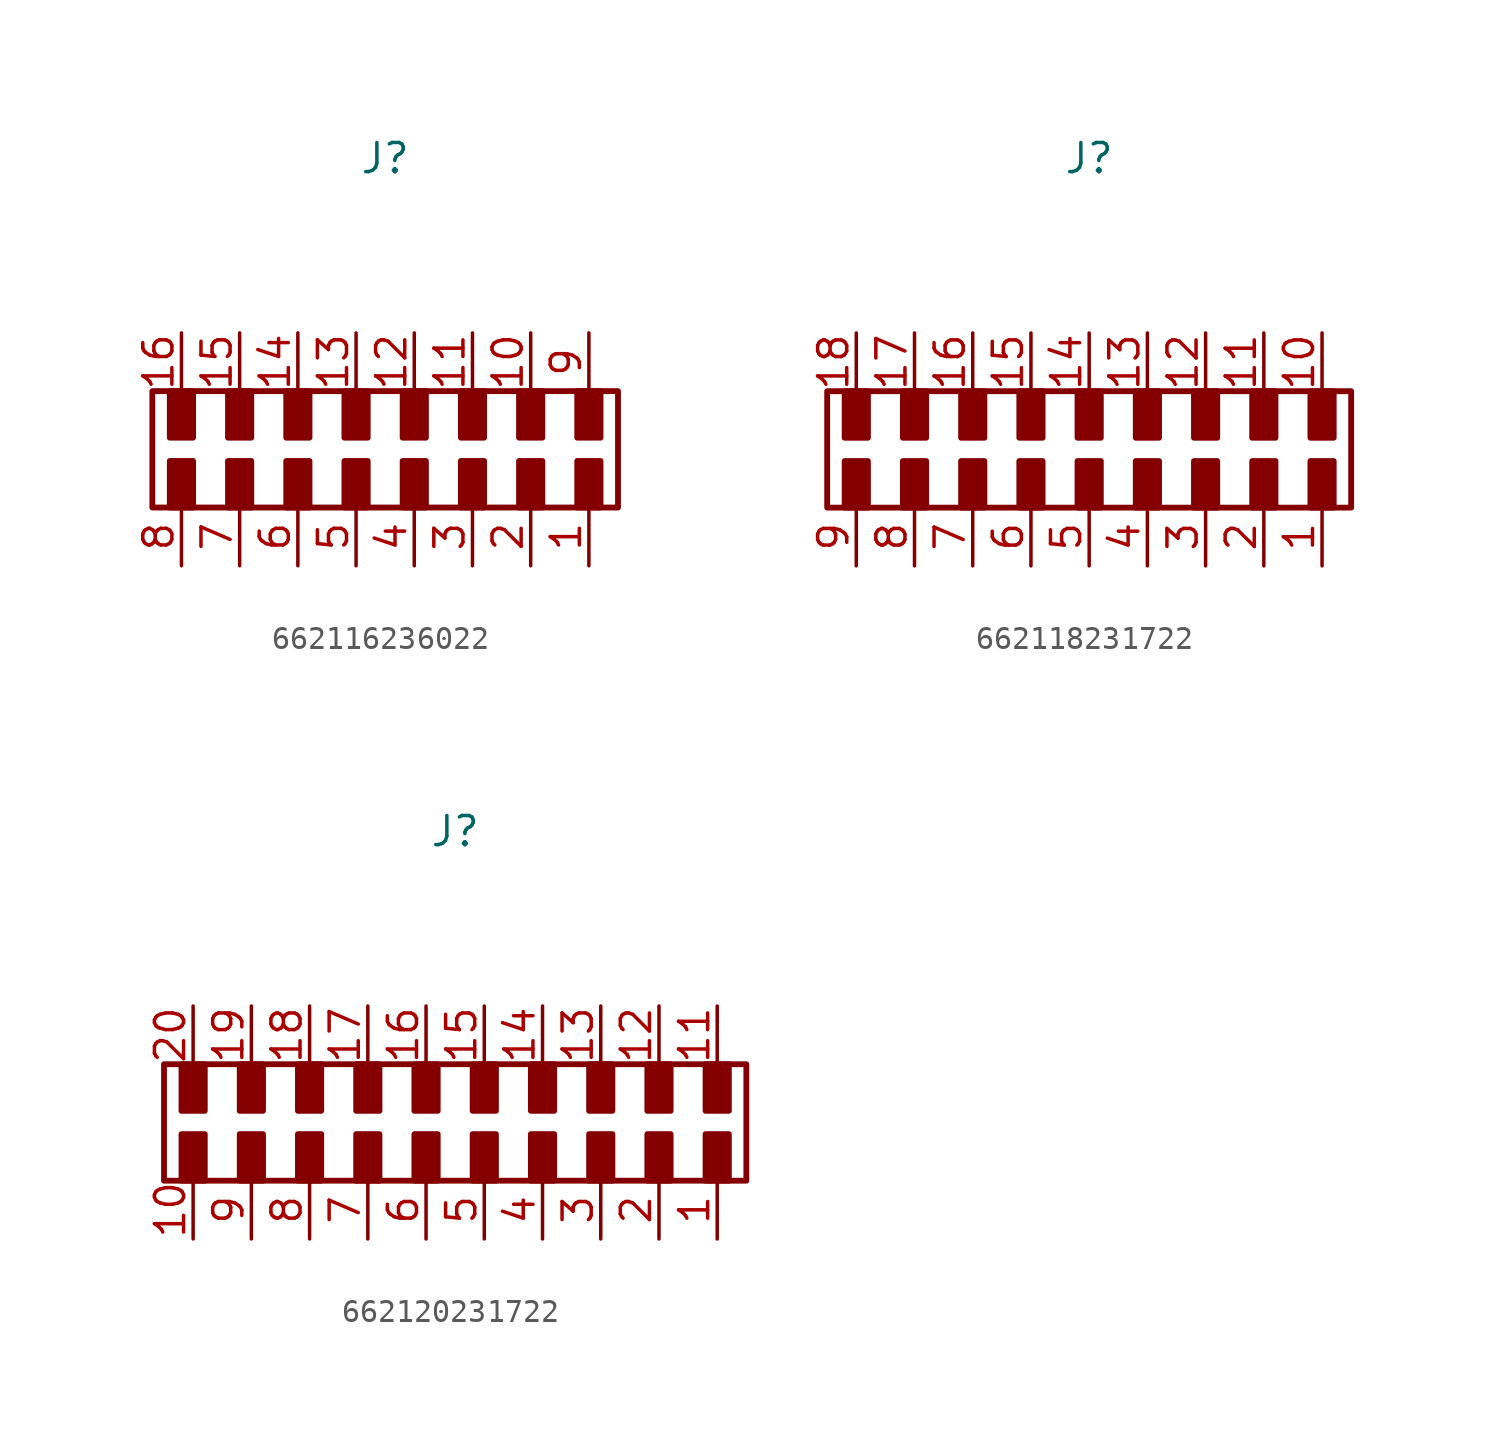
<source format=kicad_sym>
(kicad_symbol_lib
  (version 20241209)
  (generator "kicad_symbol_editor")
  (generator_version "9.0")
  (symbol "662116236022"
    (pin_names
      (hide yes))
    (property "Reference" "J"
      (at 0 12.7 0)
      (effects (font (size 1.27 1.27))))
    (symbol "662116236022_1_1"
      (rectangle (start -10.16 2.54) (end 10.16 -2.54) (stroke (width 0.254) (type solid)) (fill (type none)))
      (rectangle (start -9.398 2.54) (end -8.382 0.508) (stroke (width 0.254) (type solid)) (fill (type outline)))
      (rectangle (start -9.398 -0.508) (end -8.382 -2.54) (stroke (width 0.254) (type solid)) (fill (type outline)))
      (rectangle (start -6.858 2.54) (end -5.842 0.508) (stroke (width 0.254) (type solid)) (fill (type outline)))
      (rectangle (start -6.858 -0.508) (end -5.842 -2.54) (stroke (width 0.254) (type solid)) (fill (type outline)))
      (rectangle (start -4.318 2.54) (end -3.302 0.508) (stroke (width 0.254) (type solid)) (fill (type outline)))
      (rectangle (start -4.318 -0.508) (end -3.302 -2.54) (stroke (width 0.254) (type solid)) (fill (type outline)))
      (rectangle (start -1.778 2.54) (end -0.762 0.508) (stroke (width 0.254) (type solid)) (fill (type outline)))
      (rectangle (start -1.778 -0.508) (end -0.762 -2.54) (stroke (width 0.254) (type solid)) (fill (type outline)))
      (rectangle (start 0.762 2.54) (end 1.778 0.508) (stroke (width 0.254) (type solid)) (fill (type outline)))
      (rectangle (start 0.762 -0.508) (end 1.778 -2.54) (stroke (width 0.254) (type solid)) (fill (type outline)))
      (rectangle (start 3.302 2.54) (end 4.318 0.508) (stroke (width 0.254) (type solid)) (fill (type outline)))
      (rectangle (start 3.302 -0.508) (end 4.318 -2.54) (stroke (width 0.254) (type solid)) (fill (type outline)))
      (rectangle (start 5.842 2.54) (end 6.858 0.508) (stroke (width 0.254) (type solid)) (fill (type outline)))
      (rectangle (start 5.842 -0.508) (end 6.858 -2.54) (stroke (width 0.254) (type solid)) (fill (type outline)))
      (rectangle (start 8.382 2.54) (end 9.398 0.508) (stroke (width 0.254) (type solid)) (fill (type outline)))
      (rectangle (start 8.382 -0.508) (end 9.398 -2.54) (stroke (width 0.254) (type solid)) (fill (type outline)))
      (pin passive line (at -8.89 5.08 270) (length 2.54) (name "16" (effects (font (size 1.27 1.27)))) (number "16" (effects (font (size 1.27 1.27)))))
      (pin passive line (at -8.89 -5.08 90) (length 2.54) (name "8" (effects (font (size 1.27 1.27)))) (number "8" (effects (font (size 1.27 1.27)))))
      (pin passive line (at -6.35 5.08 270) (length 2.54) (name "15" (effects (font (size 1.27 1.27)))) (number "15" (effects (font (size 1.27 1.27)))))
      (pin passive line (at -6.35 -5.08 90) (length 2.54) (name "7" (effects (font (size 1.27 1.27)))) (number "7" (effects (font (size 1.27 1.27)))))
      (pin passive line (at -3.81 5.08 270) (length 2.54) (name "14" (effects (font (size 1.27 1.27)))) (number "14" (effects (font (size 1.27 1.27)))))
      (pin passive line (at -3.81 -5.08 90) (length 2.54) (name "6" (effects (font (size 1.27 1.27)))) (number "6" (effects (font (size 1.27 1.27)))))
      (pin passive line (at -1.27 5.08 270) (length 2.54) (name "13" (effects (font (size 1.27 1.27)))) (number "13" (effects (font (size 1.27 1.27)))))
      (pin passive line (at -1.27 -5.08 90) (length 2.54) (name "5" (effects (font (size 1.27 1.27)))) (number "5" (effects (font (size 1.27 1.27)))))
      (pin passive line (at 1.27 5.08 270) (length 2.54) (name "12" (effects (font (size 1.27 1.27)))) (number "12" (effects (font (size 1.27 1.27)))))
      (pin passive line (at 1.27 -5.08 90) (length 2.54) (name "4" (effects (font (size 1.27 1.27)))) (number "4" (effects (font (size 1.27 1.27)))))
      (pin passive line (at 3.81 5.08 270) (length 2.54) (name "11" (effects (font (size 1.27 1.27)))) (number "11" (effects (font (size 1.27 1.27)))))
      (pin passive line (at 3.81 -5.08 90) (length 2.54) (name "3" (effects (font (size 1.27 1.27)))) (number "3" (effects (font (size 1.27 1.27)))))
      (pin passive line (at 6.35 5.08 270) (length 2.54) (name "10" (effects (font (size 1.27 1.27)))) (number "10" (effects (font (size 1.27 1.27)))))
      (pin passive line (at 6.35 -5.08 90) (length 2.54) (name "2" (effects (font (size 1.27 1.27)))) (number "2" (effects (font (size 1.27 1.27)))))
      (pin passive line (at 8.89 5.08 270) (length 2.54) (name "9" (effects (font (size 1.27 1.27)))) (number "9" (effects (font (size 1.27 1.27)))))
      (pin passive line (at 8.89 -5.08 90) (length 2.54) (name "1" (effects (font (size 1.27 1.27)))) (number "1" (effects (font (size 1.27 1.27)))))))
  (symbol "662118231722"
    (pin_names
      (hide yes))
    (property "Reference" "J"
      (at 0 12.7 0)
      (effects (font (size 1.27 1.27))))
    (symbol "662118231722_1_1"
      (rectangle (start -11.43 2.54) (end 11.43 -2.54) (stroke (width 0.254) (type solid)) (fill (type none)))
      (rectangle (start -10.668 2.54) (end -9.652 0.508) (stroke (width 0.254) (type solid)) (fill (type outline)))
      (rectangle (start -10.668 -0.508) (end -9.652 -2.54) (stroke (width 0.254) (type solid)) (fill (type outline)))
      (rectangle (start -8.128 2.54) (end -7.112 0.508) (stroke (width 0.254) (type solid)) (fill (type outline)))
      (rectangle (start -8.128 -0.508) (end -7.112 -2.54) (stroke (width 0.254) (type solid)) (fill (type outline)))
      (rectangle (start -5.588 2.54) (end -4.572 0.508) (stroke (width 0.254) (type solid)) (fill (type outline)))
      (rectangle (start -5.588 -0.508) (end -4.572 -2.54) (stroke (width 0.254) (type solid)) (fill (type outline)))
      (rectangle (start -3.048 2.54) (end -2.032 0.508) (stroke (width 0.254) (type solid)) (fill (type outline)))
      (rectangle (start -3.048 -0.508) (end -2.032 -2.54) (stroke (width 0.254) (type solid)) (fill (type outline)))
      (rectangle (start -0.508 2.54) (end 0.508 0.508) (stroke (width 0.254) (type solid)) (fill (type outline)))
      (rectangle (start -0.508 -0.508) (end 0.508 -2.54) (stroke (width 0.254) (type solid)) (fill (type outline)))
      (rectangle (start 2.032 2.54) (end 3.048 0.508) (stroke (width 0.254) (type solid)) (fill (type outline)))
      (rectangle (start 2.032 -0.508) (end 3.048 -2.54) (stroke (width 0.254) (type solid)) (fill (type outline)))
      (rectangle (start 4.572 2.54) (end 5.588 0.508) (stroke (width 0.254) (type solid)) (fill (type outline)))
      (rectangle (start 4.572 -0.508) (end 5.588 -2.54) (stroke (width 0.254) (type solid)) (fill (type outline)))
      (rectangle (start 7.112 2.54) (end 8.128 0.508) (stroke (width 0.254) (type solid)) (fill (type outline)))
      (rectangle (start 7.112 -0.508) (end 8.128 -2.54) (stroke (width 0.254) (type solid)) (fill (type outline)))
      (rectangle (start 9.652 2.54) (end 10.668 0.508) (stroke (width 0.254) (type solid)) (fill (type outline)))
      (rectangle (start 9.652 -0.508) (end 10.668 -2.54) (stroke (width 0.254) (type solid)) (fill (type outline)))
      (pin passive line (at -10.16 5.08 270) (length 2.54) (name "18" (effects (font (size 1.27 1.27)))) (number "18" (effects (font (size 1.27 1.27)))))
      (pin passive line (at -10.16 -5.08 90) (length 2.54) (name "9" (effects (font (size 1.27 1.27)))) (number "9" (effects (font (size 1.27 1.27)))))
      (pin passive line (at -7.62 5.08 270) (length 2.54) (name "17" (effects (font (size 1.27 1.27)))) (number "17" (effects (font (size 1.27 1.27)))))
      (pin passive line (at -7.62 -5.08 90) (length 2.54) (name "8" (effects (font (size 1.27 1.27)))) (number "8" (effects (font (size 1.27 1.27)))))
      (pin passive line (at -5.08 5.08 270) (length 2.54) (name "16" (effects (font (size 1.27 1.27)))) (number "16" (effects (font (size 1.27 1.27)))))
      (pin passive line (at -5.08 -5.08 90) (length 2.54) (name "7" (effects (font (size 1.27 1.27)))) (number "7" (effects (font (size 1.27 1.27)))))
      (pin passive line (at -2.54 5.08 270) (length 2.54) (name "15" (effects (font (size 1.27 1.27)))) (number "15" (effects (font (size 1.27 1.27)))))
      (pin passive line (at -2.54 -5.08 90) (length 2.54) (name "6" (effects (font (size 1.27 1.27)))) (number "6" (effects (font (size 1.27 1.27)))))
      (pin passive line (at 0 5.08 270) (length 2.54) (name "14" (effects (font (size 1.27 1.27)))) (number "14" (effects (font (size 1.27 1.27)))))
      (pin passive line (at 0 -5.08 90) (length 2.54) (name "5" (effects (font (size 1.27 1.27)))) (number "5" (effects (font (size 1.27 1.27)))))
      (pin passive line (at 2.54 5.08 270) (length 2.54) (name "13" (effects (font (size 1.27 1.27)))) (number "13" (effects (font (size 1.27 1.27)))))
      (pin passive line (at 2.54 -5.08 90) (length 2.54) (name "4" (effects (font (size 1.27 1.27)))) (number "4" (effects (font (size 1.27 1.27)))))
      (pin passive line (at 5.08 5.08 270) (length 2.54) (name "12" (effects (font (size 1.27 1.27)))) (number "12" (effects (font (size 1.27 1.27)))))
      (pin passive line (at 5.08 -5.08 90) (length 2.54) (name "3" (effects (font (size 1.27 1.27)))) (number "3" (effects (font (size 1.27 1.27)))))
      (pin passive line (at 7.62 5.08 270) (length 2.54) (name "11" (effects (font (size 1.27 1.27)))) (number "11" (effects (font (size 1.27 1.27)))))
      (pin passive line (at 7.62 -5.08 90) (length 2.54) (name "2" (effects (font (size 1.27 1.27)))) (number "2" (effects (font (size 1.27 1.27)))))
      (pin passive line (at 10.16 5.08 270) (length 2.54) (name "10" (effects (font (size 1.27 1.27)))) (number "10" (effects (font (size 1.27 1.27)))))
      (pin passive line (at 10.16 -5.08 90) (length 2.54) (name "1" (effects (font (size 1.27 1.27)))) (number "1" (effects (font (size 1.27 1.27)))))))
  (symbol "662120231722"
    (pin_names
      (hide yes))
    (property "Reference" "J"
      (at 0 12.7 0)
      (effects (font (size 1.27 1.27))))
    (symbol "662120231722_1_1"
      (rectangle (start -12.7 2.54) (end 12.7 -2.54) (stroke (width 0.254) (type solid)) (fill (type none)))
      (rectangle (start -11.938 2.54) (end -10.922 0.508) (stroke (width 0.254) (type solid)) (fill (type outline)))
      (rectangle (start -11.938 -0.508) (end -10.922 -2.54) (stroke (width 0.254) (type solid)) (fill (type outline)))
      (rectangle (start -9.398 2.54) (end -8.382 0.508) (stroke (width 0.254) (type solid)) (fill (type outline)))
      (rectangle (start -9.398 -0.508) (end -8.382 -2.54) (stroke (width 0.254) (type solid)) (fill (type outline)))
      (rectangle (start -6.858 2.54) (end -5.842 0.508) (stroke (width 0.254) (type solid)) (fill (type outline)))
      (rectangle (start -6.858 -0.508) (end -5.842 -2.54) (stroke (width 0.254) (type solid)) (fill (type outline)))
      (rectangle (start -4.318 2.54) (end -3.302 0.508) (stroke (width 0.254) (type solid)) (fill (type outline)))
      (rectangle (start -4.318 -0.508) (end -3.302 -2.54) (stroke (width 0.254) (type solid)) (fill (type outline)))
      (rectangle (start -1.778 2.54) (end -0.762 0.508) (stroke (width 0.254) (type solid)) (fill (type outline)))
      (rectangle (start -1.778 -0.508) (end -0.762 -2.54) (stroke (width 0.254) (type solid)) (fill (type outline)))
      (rectangle (start 0.762 2.54) (end 1.778 0.508) (stroke (width 0.254) (type solid)) (fill (type outline)))
      (rectangle (start 0.762 -0.508) (end 1.778 -2.54) (stroke (width 0.254) (type solid)) (fill (type outline)))
      (rectangle (start 3.302 2.54) (end 4.318 0.508) (stroke (width 0.254) (type solid)) (fill (type outline)))
      (rectangle (start 3.302 -0.508) (end 4.318 -2.54) (stroke (width 0.254) (type solid)) (fill (type outline)))
      (rectangle (start 5.842 2.54) (end 6.858 0.508) (stroke (width 0.254) (type solid)) (fill (type outline)))
      (rectangle (start 5.842 -0.508) (end 6.858 -2.54) (stroke (width 0.254) (type solid)) (fill (type outline)))
      (rectangle (start 8.382 2.54) (end 9.398 0.508) (stroke (width 0.254) (type solid)) (fill (type outline)))
      (rectangle (start 8.382 -0.508) (end 9.398 -2.54) (stroke (width 0.254) (type solid)) (fill (type outline)))
      (rectangle (start 10.922 2.54) (end 11.938 0.508) (stroke (width 0.254) (type solid)) (fill (type outline)))
      (rectangle (start 10.922 -0.508) (end 11.938 -2.54) (stroke (width 0.254) (type solid)) (fill (type outline)))
      (pin passive line (at -11.43 5.08 270) (length 2.54) (name "20" (effects (font (size 1.27 1.27)))) (number "20" (effects (font (size 1.27 1.27)))))
      (pin passive line (at -11.43 -5.08 90) (length 2.54) (name "10" (effects (font (size 1.27 1.27)))) (number "10" (effects (font (size 1.27 1.27)))))
      (pin passive line (at -8.89 5.08 270) (length 2.54) (name "19" (effects (font (size 1.27 1.27)))) (number "19" (effects (font (size 1.27 1.27)))))
      (pin passive line (at -8.89 -5.08 90) (length 2.54) (name "9" (effects (font (size 1.27 1.27)))) (number "9" (effects (font (size 1.27 1.27)))))
      (pin passive line (at -6.35 5.08 270) (length 2.54) (name "18" (effects (font (size 1.27 1.27)))) (number "18" (effects (font (size 1.27 1.27)))))
      (pin passive line (at -6.35 -5.08 90) (length 2.54) (name "8" (effects (font (size 1.27 1.27)))) (number "8" (effects (font (size 1.27 1.27)))))
      (pin passive line (at -3.81 5.08 270) (length 2.54) (name "17" (effects (font (size 1.27 1.27)))) (number "17" (effects (font (size 1.27 1.27)))))
      (pin passive line (at -3.81 -5.08 90) (length 2.54) (name "7" (effects (font (size 1.27 1.27)))) (number "7" (effects (font (size 1.27 1.27)))))
      (pin passive line (at -1.27 5.08 270) (length 2.54) (name "16" (effects (font (size 1.27 1.27)))) (number "16" (effects (font (size 1.27 1.27)))))
      (pin passive line (at -1.27 -5.08 90) (length 2.54) (name "6" (effects (font (size 1.27 1.27)))) (number "6" (effects (font (size 1.27 1.27)))))
      (pin passive line (at 1.27 5.08 270) (length 2.54) (name "15" (effects (font (size 1.27 1.27)))) (number "15" (effects (font (size 1.27 1.27)))))
      (pin passive line (at 1.27 -5.08 90) (length 2.54) (name "5" (effects (font (size 1.27 1.27)))) (number "5" (effects (font (size 1.27 1.27)))))
      (pin passive line (at 3.81 5.08 270) (length 2.54) (name "14" (effects (font (size 1.27 1.27)))) (number "14" (effects (font (size 1.27 1.27)))))
      (pin passive line (at 3.81 -5.08 90) (length 2.54) (name "4" (effects (font (size 1.27 1.27)))) (number "4" (effects (font (size 1.27 1.27)))))
      (pin passive line (at 6.35 5.08 270) (length 2.54) (name "13" (effects (font (size 1.27 1.27)))) (number "13" (effects (font (size 1.27 1.27)))))
      (pin passive line (at 6.35 -5.08 90) (length 2.54) (name "3" (effects (font (size 1.27 1.27)))) (number "3" (effects (font (size 1.27 1.27)))))
      (pin passive line (at 8.89 5.08 270) (length 2.54) (name "12" (effects (font (size 1.27 1.27)))) (number "12" (effects (font (size 1.27 1.27)))))
      (pin passive line (at 8.89 -5.08 90) (length 2.54) (name "2" (effects (font (size 1.27 1.27)))) (number "2" (effects (font (size 1.27 1.27)))))
      (pin passive line (at 11.43 5.08 270) (length 2.54) (name "11" (effects (font (size 1.27 1.27)))) (number "11" (effects (font (size 1.27 1.27)))))
      (pin passive line (at 11.43 -5.08 90) (length 2.54) (name "1" (effects (font (size 1.27 1.27)))) (number "1" (effects (font (size 1.27 1.27))))))))
</source>
